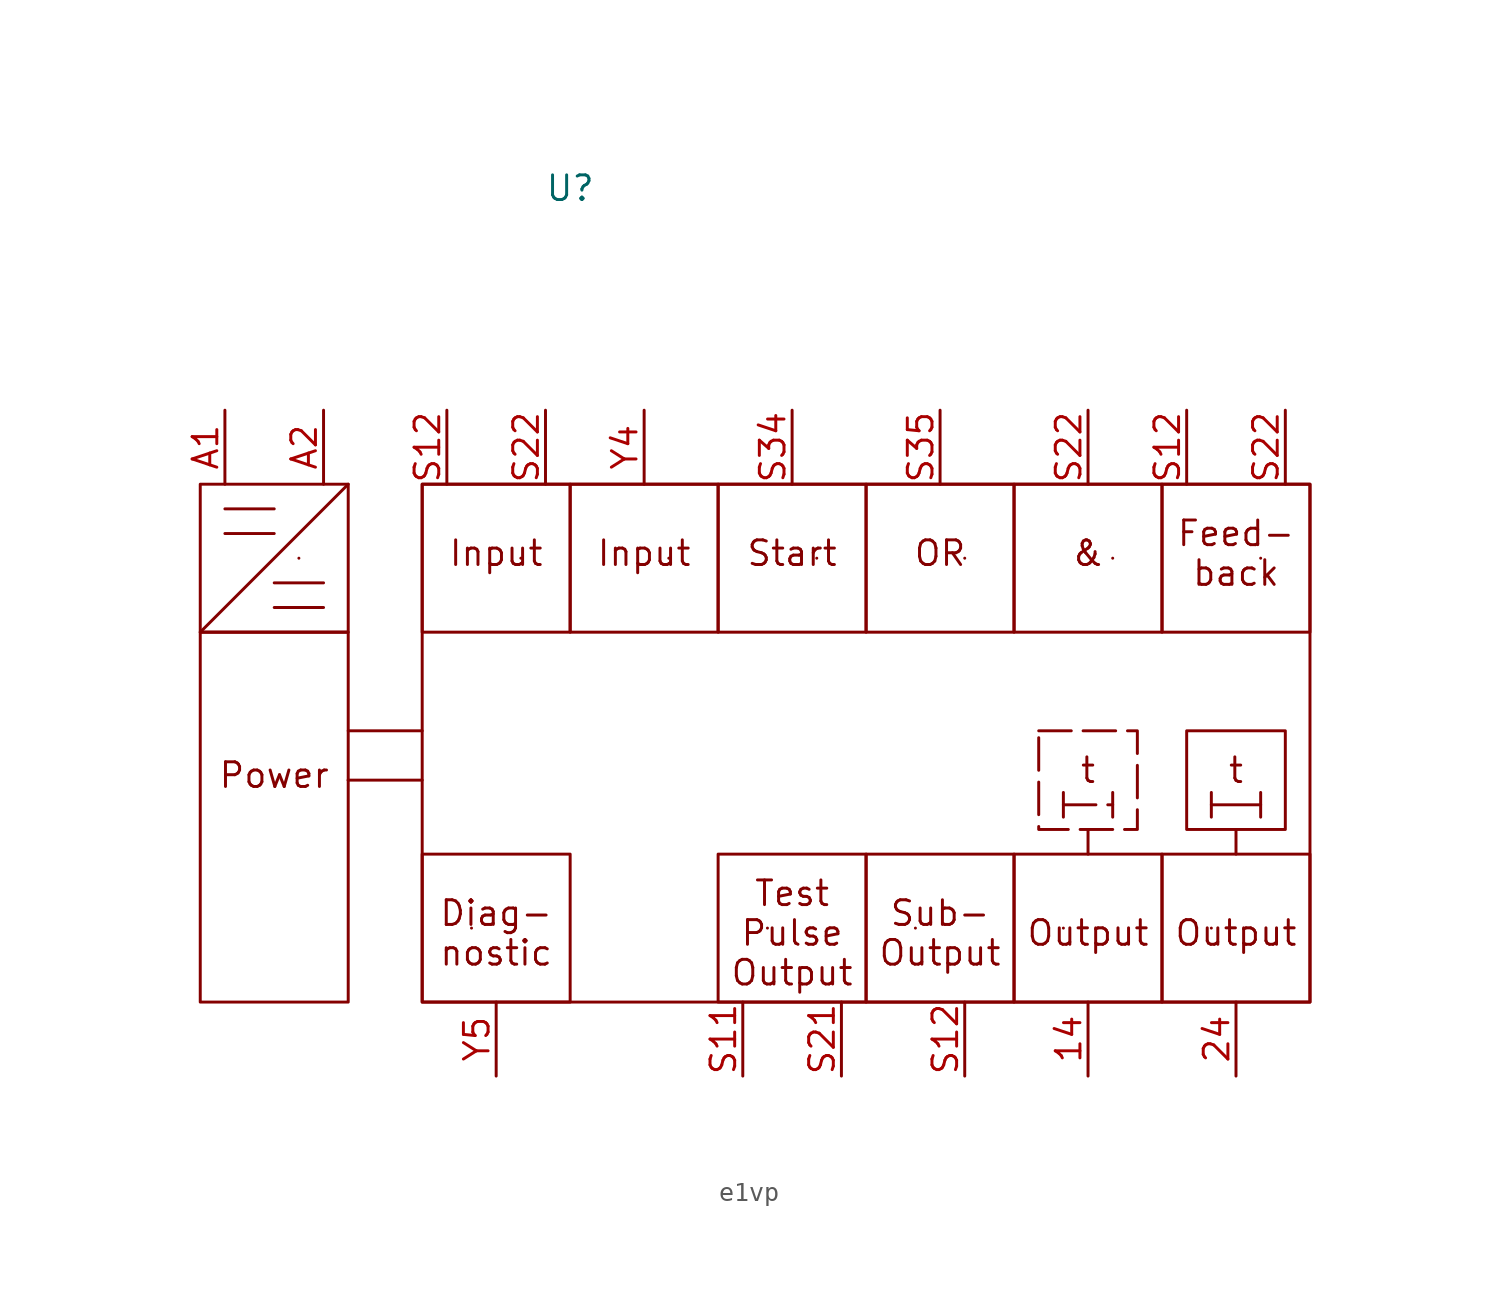
<source format=kicad_sym>
(kicad_symbol_lib
  (version 20231120)
  (generator "kicad_symbol_editor")
  (generator_version "8.0")
  (symbol "e1vp"
    (property "Reference" "U"
      (at 0 11.43 0)
      (effects (font (size 1.27 1.27))))
    (property "Value" ""
      (at 2.54 -1.27 0)
      (effects (font (size 1.27 1.27))))
    (symbol "e1vp_0_1"
      (rectangle (start -19.05 -3.81) (end -11.43 -11.43) (stroke (width 0) (type default)) (fill (type none)))
      (rectangle (start -7.62 -22.86) (end 0 -30.48) (stroke (width 0) (type default)) (fill (type none)))
      (rectangle (start -7.62 -3.81) (end 0 -11.43) (stroke (width 0) (type default)) (fill (type none)))
      (rectangle (start 0 -3.81) (end 7.62 -11.43) (stroke (width 0) (type default)) (fill (type none)))
      (polyline (pts (xy -17.78 -6.35) (xy -15.24 -6.35)) (stroke (width 0) (type default)) (fill (type none)))
      (polyline (pts (xy -17.78 -5.08) (xy -15.24 -5.08)) (stroke (width 0) (type default)) (fill (type none)))
      (polyline (pts (xy -15.24 -10.16) (xy -12.7 -10.16)) (stroke (width 0) (type default)) (fill (type none)))
      (polyline (pts (xy -15.24 -8.89) (xy -12.7 -8.89)) (stroke (width 0) (type default)) (fill (type none)))
      (polyline (pts (xy -13.97 -7.62) (xy -13.97 -7.62)) (stroke (width 0) (type default)) (fill (type none)))
      (polyline (pts (xy -11.43 -3.81) (xy -19.05 -11.43)) (stroke (width 0) (type default)) (fill (type none)))
      (polyline (pts (xy -5.08 -26.67) (xy -5.08 -26.67)) (stroke (width 0) (type default)) (fill (type none)))
      (polyline (pts (xy -2.54 -7.62) (xy -2.54 -7.62)) (stroke (width 0) (type default)) (fill (type none)))
      (polyline (pts (xy 5.08 -7.62) (xy 5.08 -7.62)) (stroke (width 0) (type default)) (fill (type none)))
      (polyline (pts (xy 10.16 -26.67) (xy 10.16 -26.67)) (stroke (width 0) (type default)) (fill (type none)))
      (polyline (pts (xy 12.7 -7.62) (xy 12.7 -7.62)) (stroke (width 0) (type default)) (fill (type none)))
      (polyline (pts (xy 17.78 -26.67) (xy 17.78 -26.67)) (stroke (width 0) (type default)) (fill (type none)))
      (polyline (pts (xy 20.32 -7.62) (xy 20.32 -7.62)) (stroke (width 0) (type default)) (fill (type none)))
      (polyline (pts (xy 25.4 -26.67) (xy 25.4 -26.67)) (stroke (width 0) (type default)) (fill (type none)))
      (polyline (pts (xy 27.94 -7.62) (xy 27.94 -7.62)) (stroke (width 0) (type default)) (fill (type none)))
      (polyline (pts (xy 33.02 -26.67) (xy 33.02 -26.67)) (stroke (width 0) (type default)) (fill (type none)))
      (polyline (pts (xy 35.56 -7.62) (xy 35.56 -7.62)) (stroke (width 0) (type default)) (fill (type none)))
      (rectangle (start 7.62 -3.81) (end 15.24 -11.43) (stroke (width 0) (type default)) (fill (type none)))
      (rectangle (start 15.24 -30.48) (end 7.62 -22.86) (stroke (width 0) (type default)) (fill (type none)))
      (rectangle (start 15.24 -3.81) (end 22.86 -11.43) (stroke (width 0) (type default)) (fill (type none)))
      (rectangle (start 22.86 -30.48) (end 15.24 -22.86) (stroke (width 0) (type default)) (fill (type none)))
      (rectangle (start 22.86 -3.81) (end 30.48 -11.43) (stroke (width 0) (type default)) (fill (type none)))
      (rectangle (start 30.48 -30.48) (end 22.86 -22.86) (stroke (width 0) (type default)) (fill (type none)))
      (rectangle (start 30.48 -3.81) (end 38.1 -11.43) (stroke (width 0) (type default)) (fill (type none)))
      (rectangle (start 38.1 -30.48) (end 30.48 -22.86) (stroke (width 0) (type default)) (fill (type none))))
    (symbol "e1vp_1_1"
      (rectangle (start -19.05 -11.43) (end -11.43 -30.48) (stroke (width 0) (type default)) (fill (type none)))
      (polyline (pts (xy -11.43 -19.05) (xy -11.43 -19.05)) (stroke (width 0) (type default)) (fill (type none)))
      (polyline (pts (xy -11.43 -16.51) (xy -7.62 -16.51)) (stroke (width 0) (type default)) (fill (type none)))
      (polyline (pts (xy -7.62 -19.05) (xy -11.43 -19.05)) (stroke (width 0) (type default)) (fill (type none)))
      (polyline (pts (xy 25.4 -20.32) (xy 27.94 -20.32)) (stroke (width 0) (type default)) (fill (type none)))
      (polyline (pts (xy 25.4 -19.685) (xy 25.4 -20.955)) (stroke (width 0) (type default)) (fill (type none)))
      (polyline (pts (xy 26.67 -21.59) (xy 26.67 -22.86)) (stroke (width 0) (type default)) (fill (type none)))
      (polyline (pts (xy 27.94 -19.685) (xy 27.94 -20.955)) (stroke (width 0) (type default)) (fill (type none)))
      (polyline (pts (xy 33.02 -20.32) (xy 35.56 -20.32)) (stroke (width 0) (type default)) (fill (type none)))
      (polyline (pts (xy 33.02 -19.685) (xy 33.02 -20.955)) (stroke (width 0) (type default)) (fill (type none)))
      (polyline (pts (xy 34.29 -21.59) (xy 34.29 -22.86)) (stroke (width 0) (type default)) (fill (type none)))
      (polyline (pts (xy 35.56 -19.685) (xy 35.56 -20.955)) (stroke (width 0) (type default)) (fill (type none)))
      (rectangle (start 24.13 -16.51) (end 29.21 -21.59) (stroke (width 0) (type dash)) (fill (type none)))
      (rectangle (start 31.75 -16.51) (end 36.83 -21.59) (stroke (width 0) (type solid)) (fill (type none)))
      (rectangle (start 38.1 -3.81) (end -7.62 -30.48) (stroke (width 0) (type default)) (fill (type none)))
      (text "&" (at 26.67 -7.366 0) (effects (font (size 1.27 1.27))))
      (text "Diag-\nnostic" (at -3.81 -26.924 0) (effects (font (size 1.27 1.27))))
      (text "Feed-\nback" (at 34.29 -7.366 0) (effects (font (size 1.27 1.27))))
      (text "Input" (at -3.81 -7.366 0) (effects (font (size 1.27 1.27))))
      (text "Input" (at 3.81 -7.366 0) (effects (font (size 1.27 1.27))))
      (text "OR" (at 19.05 -7.366 0) (effects (font (size 1.27 1.27))))
      (text "Output" (at 26.67 -26.924 0) (effects (font (size 1.27 1.27))))
      (text "Output" (at 34.29 -26.924 0) (effects (font (size 1.27 1.27))))
      (text "Power" (at -15.24 -18.796 0) (effects (font (size 1.27 1.27))))
      (text "Start" (at 11.43 -7.366 0) (effects (font (size 1.27 1.27))))
      (text "Sub-\nOutput\n" (at 19.05 -26.924 0) (effects (font (size 1.27 1.27))))
      (text "t" (at 26.67 -18.542 0) (effects (font (size 1.27 1.27))))
      (text "t" (at 34.29 -18.542 0) (effects (font (size 1.27 1.27))))
      (text "Test\nPulse\nOutput\n" (at 11.43 -26.924 0) (effects (font (size 1.27 1.27))))
      (pin output line (at 26.67 -34.29 90) (length 3.81) (name "" (effects (font (size 1.27 1.27)))) (number "14" (effects (font (size 1.27 1.27)))))
      (pin output line (at 34.29 -34.29 90) (length 3.81) (name "" (effects (font (size 1.27 1.27)))) (number "24" (effects (font (size 1.27 1.27)))))
      (pin power_in line (at -17.78 0 270) (length 3.81) (name "" (effects (font (size 1.27 1.27)))) (number "A1" (effects (font (size 1.27 1.27)))))
      (pin power_in line (at -12.7 0 270) (length 3.81) (name "" (effects (font (size 1.27 1.27)))) (number "A2" (effects (font (size 1.27 1.27)))))
      (pin output line (at 8.89 -34.29 90) (length 3.81) (name "" (effects (font (size 1.27 1.27)))) (number "S11" (effects (font (size 1.27 1.27)))))
      (pin input line (at -6.35 0 270) (length 3.81) (name "" (effects (font (size 1.27 1.27)))) (number "S12" (effects (font (size 1.27 1.27)))))
      (pin output line (at 20.32 -34.29 90) (length 3.81) (name "" (effects (font (size 1.27 1.27)))) (number "S12" (effects (font (size 1.27 1.27)))))
      (pin input line (at 31.75 0 270) (length 3.81) (name "" (effects (font (size 1.27 1.27)))) (number "S12" (effects (font (size 1.27 1.27)))))
      (pin output line (at 13.97 -34.29 90) (length 3.81) (name "" (effects (font (size 1.27 1.27)))) (number "S21" (effects (font (size 1.27 1.27)))))
      (pin input line (at -1.27 0 270) (length 3.81) (name "" (effects (font (size 1.27 1.27)))) (number "S22" (effects (font (size 1.27 1.27)))))
      (pin input line (at 26.67 0 270) (length 3.81) (name "" (effects (font (size 1.27 1.27)))) (number "S22" (effects (font (size 1.27 1.27)))))
      (pin input line (at 36.83 0 270) (length 3.81) (name "" (effects (font (size 1.27 1.27)))) (number "S22" (effects (font (size 1.27 1.27)))))
      (pin input line (at 11.43 0 270) (length 3.81) (name "" (effects (font (size 1.27 1.27)))) (number "S34" (effects (font (size 1.27 1.27)))))
      (pin input line (at 19.05 0 270) (length 3.81) (name "" (effects (font (size 1.27 1.27)))) (number "S35" (effects (font (size 1.27 1.27)))))
      (pin input line (at 3.81 0 270) (length 3.81) (name "" (effects (font (size 1.27 1.27)))) (number "Y4" (effects (font (size 1.27 1.27)))))
      (pin unspecified line (at -3.81 -34.29 90) (length 3.81) (name "" (effects (font (size 1.27 1.27)))) (number "Y5" (effects (font (size 1.27 1.27))))))))
</source>
